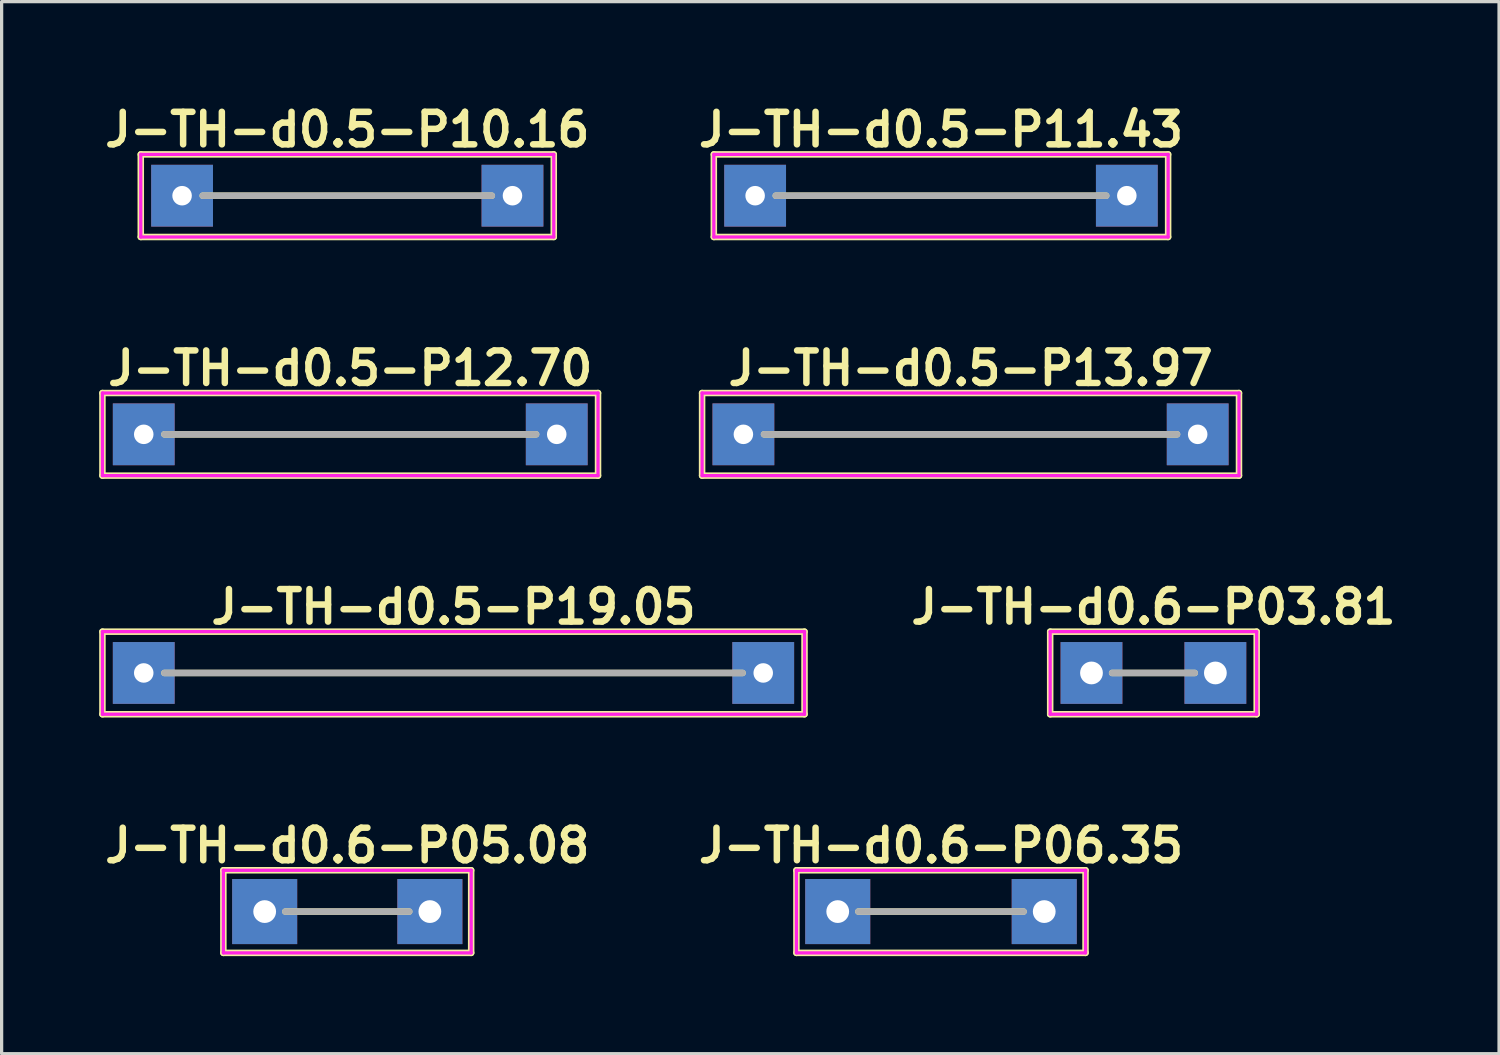
<source format=kicad_pcb>
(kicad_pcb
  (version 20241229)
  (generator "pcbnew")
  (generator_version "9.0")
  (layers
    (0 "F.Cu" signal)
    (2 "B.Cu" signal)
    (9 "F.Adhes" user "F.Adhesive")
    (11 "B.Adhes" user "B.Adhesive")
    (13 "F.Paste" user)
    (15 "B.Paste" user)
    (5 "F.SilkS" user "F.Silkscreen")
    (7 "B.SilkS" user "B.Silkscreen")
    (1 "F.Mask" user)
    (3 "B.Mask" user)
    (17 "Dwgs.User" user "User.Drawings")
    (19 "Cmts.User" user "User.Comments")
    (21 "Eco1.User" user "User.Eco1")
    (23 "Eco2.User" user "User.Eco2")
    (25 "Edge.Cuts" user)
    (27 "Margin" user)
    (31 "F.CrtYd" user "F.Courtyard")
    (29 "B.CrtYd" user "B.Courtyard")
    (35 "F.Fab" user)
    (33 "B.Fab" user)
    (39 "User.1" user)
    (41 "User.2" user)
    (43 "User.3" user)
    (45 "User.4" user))
  (footprint "J-TH-d0.5-P19.05"
    (layer "F.Cu")
    (at 10.895 17.644)
    (property "Reference" "J-TH-d0.5-P19.05" (at 0 -2.032 0) (layer "F.SilkS") (effects (font (size 1 1) (thickness 0.2))))
    (attr through_hole)
    (fp_line (start -10.795 -1.27) (end -10.795 1.27) (stroke (width 0.2) (type solid)) (layer "F.SilkS"))
    (fp_line (start -10.795 -1.27) (end 10.795 -1.27) (stroke (width 0.2) (type solid)) (layer "F.SilkS"))
    (fp_line (start -10.795 1.27) (end 10.795 1.27) (stroke (width 0.2) (type solid)) (layer "F.SilkS"))
    (fp_line (start -8.89 0) (end 8.89 0) (stroke (width 0.2) (type solid)) (layer "F.SilkS"))
    (fp_line (start 10.795 -1.27) (end 10.795 1.27) (stroke (width 0.2) (type solid)) (layer "F.SilkS"))
    (fp_line (start -10.795 -1.27) (end 10.795 -1.27) (stroke (width 0.1) (type solid)) (layer "F.CrtYd"))
    (fp_line (start -10.795 1.27) (end -10.795 -1.27) (stroke (width 0.1) (type solid)) (layer "F.CrtYd"))
    (fp_line (start 10.795 -1.27) (end 10.795 1.27) (stroke (width 0.1) (type solid)) (layer "F.CrtYd"))
    (fp_line (start 10.795 1.27) (end -10.795 1.27) (stroke (width 0.1) (type solid)) (layer "F.CrtYd"))
    (fp_line (start -8.89 0) (end 8.89 0) (stroke (width 0.2) (type solid)) (layer "F.Fab"))
    (pad "J" thru_hole rect (at -9.525 0) (size 1.9 1.9) (drill 0.6) (layers "B.Cu" "B.Mask"))
    (pad "J" thru_hole rect (at 9.525 0) (size 1.9 1.9) (drill 0.6) (layers "B.Cu" "B.Mask")))
  (footprint "J-TH-d0.6-P05.08"
    (layer "F.Cu")
    (at 7.629 24.982)
    (property "Reference" "J-TH-d0.6-P05.08" (at 0 -2.032 0) (layer "F.SilkS") (effects (font (size 1 1) (thickness 0.2))))
    (attr through_hole)
    (fp_line (start -3.81 -1.27) (end -3.81 1.27) (stroke (width 0.2) (type solid)) (layer "F.SilkS"))
    (fp_line (start -3.81 -1.27) (end 3.81 -1.27) (stroke (width 0.2) (type solid)) (layer "F.SilkS"))
    (fp_line (start -3.81 1.27) (end 3.81 1.27) (stroke (width 0.2) (type solid)) (layer "F.SilkS"))
    (fp_line (start -1.905 0) (end 1.905 0) (stroke (width 0.2) (type solid)) (layer "F.SilkS"))
    (fp_line (start 3.81 -1.27) (end 3.81 1.27) (stroke (width 0.2) (type solid)) (layer "F.SilkS"))
    (fp_line (start -3.81 -1.27) (end 3.81 -1.27) (stroke (width 0.1) (type solid)) (layer "F.CrtYd"))
    (fp_line (start -3.81 1.27) (end -3.81 -1.27) (stroke (width 0.1) (type solid)) (layer "F.CrtYd"))
    (fp_line (start 3.81 -1.27) (end 3.81 1.27) (stroke (width 0.1) (type solid)) (layer "F.CrtYd"))
    (fp_line (start 3.81 1.27) (end -3.81 1.27) (stroke (width 0.1) (type solid)) (layer "F.CrtYd"))
    (fp_line (start -1.905 0) (end 1.905 0) (stroke (width 0.2) (type solid)) (layer "F.Fab"))
    (pad "J" thru_hole rect (at -2.54 0) (size 2 2) (drill 0.7) (layers "B.Cu" "B.Mask"))
    (pad "J" thru_hole rect (at 2.54 0) (size 2 2) (drill 0.7) (layers "B.Cu" "B.Mask")))
  (footprint "J-TH-d0.5-P12.70"
    (layer "F.Cu")
    (at 7.72 10.306)
    (property "Reference" "J-TH-d0.5-P12.70" (at 0 -2.032 0) (layer "F.SilkS") (effects (font (size 1 1) (thickness 0.2))))
    (attr through_hole)
    (fp_line (start -7.62 -1.27) (end -7.62 1.27) (stroke (width 0.2) (type solid)) (layer "F.SilkS"))
    (fp_line (start -7.62 -1.27) (end 7.62 -1.27) (stroke (width 0.2) (type solid)) (layer "F.SilkS"))
    (fp_line (start -7.62 1.27) (end 7.62 1.27) (stroke (width 0.2) (type solid)) (layer "F.SilkS"))
    (fp_line (start -5.715 0) (end 5.715 0) (stroke (width 0.2) (type solid)) (layer "F.SilkS"))
    (fp_line (start 7.62 -1.27) (end 7.62 1.27) (stroke (width 0.2) (type solid)) (layer "F.SilkS"))
    (fp_line (start -7.62 -1.27) (end 7.62 -1.27) (stroke (width 0.1) (type solid)) (layer "F.CrtYd"))
    (fp_line (start -7.62 1.27) (end -7.62 -1.27) (stroke (width 0.1) (type solid)) (layer "F.CrtYd"))
    (fp_line (start 7.62 -1.27) (end 7.62 1.27) (stroke (width 0.1) (type solid)) (layer "F.CrtYd"))
    (fp_line (start 7.62 1.27) (end -7.62 1.27) (stroke (width 0.1) (type solid)) (layer "F.CrtYd"))
    (fp_line (start -5.715 0) (end 5.715 0) (stroke (width 0.2) (type solid)) (layer "F.Fab"))
    (pad "J" thru_hole rect (at -6.35 0) (size 1.9 1.9) (drill 0.6) (layers "B.Cu" "B.Mask"))
    (pad "J" thru_hole rect (at 6.35 0) (size 1.9 1.9) (drill 0.6) (layers "B.Cu" "B.Mask")))
  (footprint "J-TH-d0.5-P11.43"
    (layer "F.Cu")
    (at 25.886 2.968)
    (property "Reference" "J-TH-d0.5-P11.43" (at 0 -2.032 0) (layer "F.SilkS") (effects (font (size 1 1) (thickness 0.2))))
    (attr through_hole)
    (fp_line (start -6.985 -1.27) (end -6.985 1.27) (stroke (width 0.2) (type solid)) (layer "F.SilkS"))
    (fp_line (start -6.985 -1.27) (end 6.985 -1.27) (stroke (width 0.2) (type solid)) (layer "F.SilkS"))
    (fp_line (start -6.985 1.27) (end 6.985 1.27) (stroke (width 0.2) (type solid)) (layer "F.SilkS"))
    (fp_line (start -5.08 0) (end 5.08 0) (stroke (width 0.2) (type solid)) (layer "F.SilkS"))
    (fp_line (start 6.985 -1.27) (end 6.985 1.27) (stroke (width 0.2) (type solid)) (layer "F.SilkS"))
    (fp_line (start -6.985 -1.27) (end 6.985 -1.27) (stroke (width 0.1) (type solid)) (layer "F.CrtYd"))
    (fp_line (start -6.985 1.27) (end -6.985 -1.27) (stroke (width 0.1) (type solid)) (layer "F.CrtYd"))
    (fp_line (start 6.985 -1.27) (end 6.985 1.27) (stroke (width 0.1) (type solid)) (layer "F.CrtYd"))
    (fp_line (start 6.985 1.27) (end -6.985 1.27) (stroke (width 0.1) (type solid)) (layer "F.CrtYd"))
    (fp_line (start -5.08 0) (end 5.08 0) (stroke (width 0.2) (type solid)) (layer "F.Fab"))
    (pad "J" thru_hole rect (at -5.715 0) (size 1.9 1.9) (drill 0.6) (layers "B.Cu" "B.Mask"))
    (pad "J" thru_hole rect (at 5.715 0) (size 1.9 1.9) (drill 0.6) (layers "B.Cu" "B.Mask")))
  (footprint "J-TH-d0.6-P03.81"
    (layer "F.Cu")
    (at 32.419 17.644)
    (property "Reference" "J-TH-d0.6-P03.81" (at 0 -2.032 0) (layer "F.SilkS") (effects (font (size 1 1) (thickness 0.2))))
    (attr through_hole)
    (fp_line (start -3.175 -1.27) (end -3.175 1.27) (stroke (width 0.2) (type solid)) (layer "F.SilkS"))
    (fp_line (start -3.175 -1.27) (end 3.175 -1.27) (stroke (width 0.2) (type solid)) (layer "F.SilkS"))
    (fp_line (start -3.175 1.27) (end 3.175 1.27) (stroke (width 0.2) (type solid)) (layer "F.SilkS"))
    (fp_line (start -1.27 0) (end 1.27 0) (stroke (width 0.2) (type solid)) (layer "F.SilkS"))
    (fp_line (start 3.175 -1.27) (end 3.175 1.27) (stroke (width 0.2) (type solid)) (layer "F.SilkS"))
    (fp_line (start -3.175 -1.27) (end 3.175 -1.27) (stroke (width 0.1) (type solid)) (layer "F.CrtYd"))
    (fp_line (start -3.175 1.27) (end -3.175 -1.27) (stroke (width 0.1) (type solid)) (layer "F.CrtYd"))
    (fp_line (start 3.175 -1.27) (end 3.175 1.27) (stroke (width 0.1) (type solid)) (layer "F.CrtYd"))
    (fp_line (start 3.175 1.27) (end -3.175 1.27) (stroke (width 0.1) (type solid)) (layer "F.CrtYd"))
    (fp_line (start -1.27 0) (end 1.27 0) (stroke (width 0.2) (type solid)) (layer "F.Fab"))
    (pad "J" thru_hole rect (at -1.905 0) (size 1.9 1.9) (drill 0.7) (layers "B.Cu" "B.Mask"))
    (pad "J" thru_hole rect (at 1.905 0) (size 1.9 1.9) (drill 0.7) (layers "B.Cu" "B.Mask")))
  (footprint "J-TH-d0.5-P13.97"
    (layer "F.Cu")
    (at 26.795 10.306)
    (property "Reference" "J-TH-d0.5-P13.97" (at 0 -2.032 0) (layer "F.SilkS") (effects (font (size 1 1) (thickness 0.2))))
    (attr through_hole)
    (fp_line (start -8.255 -1.27) (end -8.255 1.27) (stroke (width 0.2) (type solid)) (layer "F.SilkS"))
    (fp_line (start -8.255 -1.27) (end 8.255 -1.27) (stroke (width 0.2) (type solid)) (layer "F.SilkS"))
    (fp_line (start -8.255 1.27) (end 8.255 1.27) (stroke (width 0.2) (type solid)) (layer "F.SilkS"))
    (fp_line (start -6.35 0) (end 6.35 0) (stroke (width 0.2) (type solid)) (layer "F.SilkS"))
    (fp_line (start 8.255 -1.27) (end 8.255 1.27) (stroke (width 0.2) (type solid)) (layer "F.SilkS"))
    (fp_line (start -8.255 -1.27) (end 8.255 -1.27) (stroke (width 0.1) (type solid)) (layer "F.CrtYd"))
    (fp_line (start -8.255 1.27) (end -8.255 -1.27) (stroke (width 0.1) (type solid)) (layer "F.CrtYd"))
    (fp_line (start 8.255 -1.27) (end 8.255 1.27) (stroke (width 0.1) (type solid)) (layer "F.CrtYd"))
    (fp_line (start 8.255 1.27) (end -8.255 1.27) (stroke (width 0.1) (type solid)) (layer "F.CrtYd"))
    (fp_line (start -6.35 0) (end 6.35 0) (stroke (width 0.2) (type solid)) (layer "F.Fab"))
    (pad "J" thru_hole rect (at -6.985 0) (size 1.9 1.9) (drill 0.6) (layers "B.Cu" "B.Mask"))
    (pad "J" thru_hole rect (at 6.985 0) (size 1.9 1.9) (drill 0.6) (layers "B.Cu" "B.Mask")))
  (footprint "J-TH-d0.6-P06.35"
    (layer "F.Cu")
    (at 25.886 24.982)
    (property "Reference" "J-TH-d0.6-P06.35" (at 0 -2.032 0) (layer "F.SilkS") (effects (font (size 1 1) (thickness 0.2))))
    (attr through_hole)
    (fp_line (start -4.445 -1.27) (end -4.445 1.27) (stroke (width 0.2) (type solid)) (layer "F.SilkS"))
    (fp_line (start -4.445 -1.27) (end 4.445 -1.27) (stroke (width 0.2) (type solid)) (layer "F.SilkS"))
    (fp_line (start -4.445 1.27) (end 4.445 1.27) (stroke (width 0.2) (type solid)) (layer "F.SilkS"))
    (fp_line (start -2.54 0) (end 2.54 0) (stroke (width 0.2) (type solid)) (layer "F.SilkS"))
    (fp_line (start 4.445 -1.27) (end 4.445 1.27) (stroke (width 0.2) (type solid)) (layer "F.SilkS"))
    (fp_line (start -4.445 -1.27) (end 4.445 -1.27) (stroke (width 0.1) (type solid)) (layer "F.CrtYd"))
    (fp_line (start -4.445 1.27) (end -4.445 -1.27) (stroke (width 0.1) (type solid)) (layer "F.CrtYd"))
    (fp_line (start 4.445 -1.27) (end 4.445 1.27) (stroke (width 0.1) (type solid)) (layer "F.CrtYd"))
    (fp_line (start 4.445 1.27) (end -4.445 1.27) (stroke (width 0.1) (type solid)) (layer "F.CrtYd"))
    (fp_line (start -2.54 0) (end 2.54 0) (stroke (width 0.2) (type solid)) (layer "F.Fab"))
    (pad "J" thru_hole rect (at -3.175 0) (size 2 2) (drill 0.7) (layers "B.Cu" "B.Mask"))
    (pad "J" thru_hole rect (at 3.175 0) (size 2 2) (drill 0.7) (layers "B.Cu" "B.Mask")))
  (footprint "J-TH-d0.5-P10.16"
    (layer "F.Cu")
    (at 7.629 2.968)
    (property "Reference" "J-TH-d0.5-P10.16" (at 0 -2.032 0) (layer "F.SilkS") (effects (font (size 1 1) (thickness 0.2))))
    (attr through_hole)
    (fp_line (start -6.35 -1.27) (end -6.35 1.27) (stroke (width 0.2) (type solid)) (layer "F.SilkS"))
    (fp_line (start -6.35 -1.27) (end 6.35 -1.27) (stroke (width 0.2) (type solid)) (layer "F.SilkS"))
    (fp_line (start -6.35 1.27) (end 6.35 1.27) (stroke (width 0.2) (type solid)) (layer "F.SilkS"))
    (fp_line (start -4.445 0) (end 4.445 0) (stroke (width 0.2) (type solid)) (layer "F.SilkS"))
    (fp_line (start 6.35 -1.27) (end 6.35 1.27) (stroke (width 0.2) (type solid)) (layer "F.SilkS"))
    (fp_line (start -6.35 -1.27) (end 6.35 -1.27) (stroke (width 0.1) (type solid)) (layer "F.CrtYd"))
    (fp_line (start -6.35 1.27) (end -6.35 -1.27) (stroke (width 0.1) (type solid)) (layer "F.CrtYd"))
    (fp_line (start 6.35 -1.27) (end 6.35 1.27) (stroke (width 0.1) (type solid)) (layer "F.CrtYd"))
    (fp_line (start 6.35 1.27) (end -6.35 1.27) (stroke (width 0.1) (type solid)) (layer "F.CrtYd"))
    (fp_line (start -4.445 0) (end 4.445 0) (stroke (width 0.2) (type solid)) (layer "F.Fab"))
    (pad "J" thru_hole rect (at -5.08 0) (size 1.9 1.9) (drill 0.6) (layers "B.Cu" "B.Mask"))
    (pad "J" thru_hole rect (at 5.08 0) (size 1.9 1.9) (drill 0.6) (layers "B.Cu" "B.Mask")))
  (gr_rect
    (start -3 -3)
    (end 43.047 29.352)
    (stroke (width 0.1) (type default))
    (fill no)
    (layer "Edge.Cuts")))
</source>
